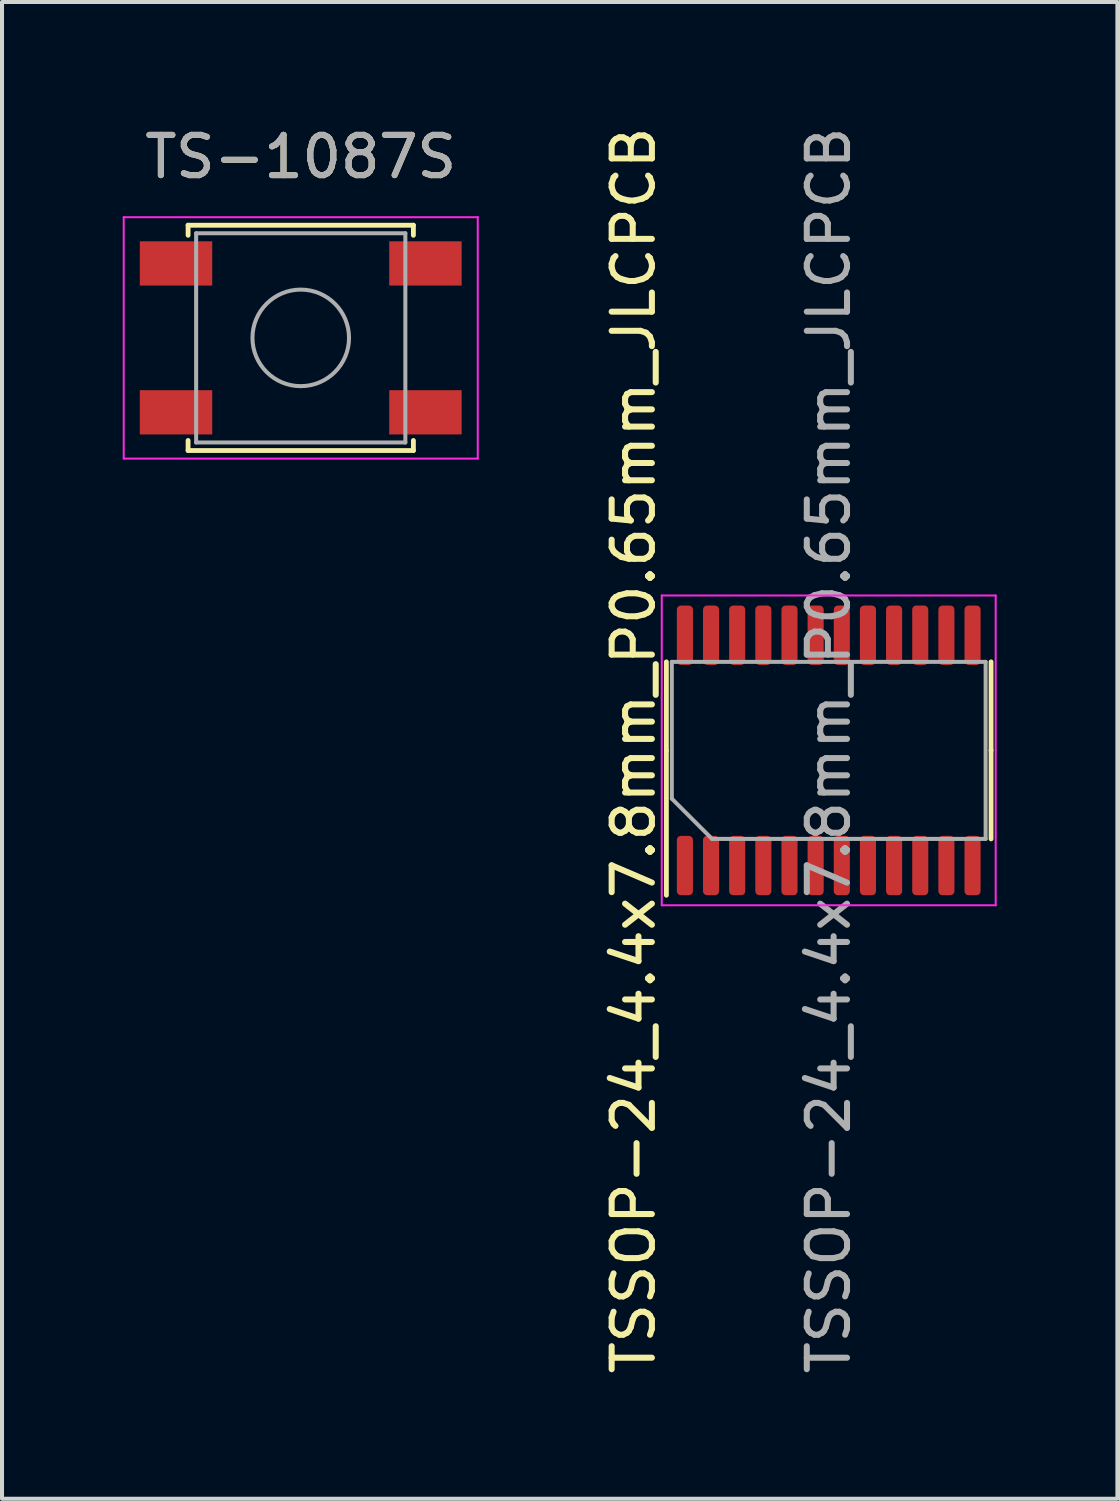
<source format=kicad_pcb>
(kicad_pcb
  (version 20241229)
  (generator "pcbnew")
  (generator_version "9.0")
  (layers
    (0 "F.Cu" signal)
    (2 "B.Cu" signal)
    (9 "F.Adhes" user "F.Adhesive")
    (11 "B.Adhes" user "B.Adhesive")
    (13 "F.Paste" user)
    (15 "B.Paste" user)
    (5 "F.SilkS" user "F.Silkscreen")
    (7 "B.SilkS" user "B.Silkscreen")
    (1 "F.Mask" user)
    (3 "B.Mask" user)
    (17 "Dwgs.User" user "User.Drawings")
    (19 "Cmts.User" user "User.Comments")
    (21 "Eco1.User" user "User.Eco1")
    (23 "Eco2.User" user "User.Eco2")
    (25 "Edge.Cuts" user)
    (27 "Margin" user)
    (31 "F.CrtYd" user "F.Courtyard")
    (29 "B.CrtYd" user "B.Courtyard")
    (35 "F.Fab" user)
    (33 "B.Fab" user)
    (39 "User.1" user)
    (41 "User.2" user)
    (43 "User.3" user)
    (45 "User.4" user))
  (footprint "TS-1087S"
    (layer "F.Cu")
    (at 4.425 5.348)
    (property "Reference" "TS-1087S" (at 0 -4.5 0) (layer "F.SilkS") (effects (font (size 1 1) (thickness 0.15))))
    (attr smd)
    (fp_line (start -2.8 -2.8) (end 2.8 -2.8) (stroke (width 0.12) (type solid)) (layer "F.SilkS"))
    (fp_line (start -2.8 -2.55) (end -2.8 -2.8) (stroke (width 0.12) (type solid)) (layer "F.SilkS"))
    (fp_line (start -2.8 2.8) (end -2.8 2.55) (stroke (width 0.12) (type solid)) (layer "F.SilkS"))
    (fp_line (start 2.8 -2.8) (end 2.8 -2.55) (stroke (width 0.12) (type solid)) (layer "F.SilkS"))
    (fp_line (start 2.8 2.55) (end 2.8 2.8) (stroke (width 0.12) (type solid)) (layer "F.SilkS"))
    (fp_line (start 2.8 2.8) (end -2.8 2.8) (stroke (width 0.12) (type solid)) (layer "F.SilkS"))
    (fp_line (start -4.4 -3) (end -4.4 3) (stroke (width 0.05) (type solid)) (layer "F.CrtYd"))
    (fp_line (start -4.4 3) (end 4.4 3) (stroke (width 0.05) (type solid)) (layer "F.CrtYd"))
    (fp_line (start 4.4 -3) (end -4.4 -3) (stroke (width 0.05) (type solid)) (layer "F.CrtYd"))
    (fp_line (start 4.4 3) (end 4.4 -3) (stroke (width 0.05) (type solid)) (layer "F.CrtYd"))
    (fp_line (start -2.6 -2.6) (end 2.6 -2.6) (stroke (width 0.1) (type solid)) (layer "F.Fab"))
    (fp_line (start -2.6 2.6) (end -2.6 -2.6) (stroke (width 0.1) (type solid)) (layer "F.Fab"))
    (fp_line (start 2.6 -2.6) (end 2.6 2.6) (stroke (width 0.1) (type solid)) (layer "F.Fab"))
    (fp_line (start 2.6 2.6) (end -2.6 2.6) (stroke (width 0.1) (type solid)) (layer "F.Fab"))
    (fp_circle (center 0 0) (end 1.2 0) (stroke (width 0.1) (type solid)) (fill no) (layer "F.Fab"))
    (fp_text user "${REFERENCE}" (at 0 -4.5 0) (layer "F.Fab") (effects (font (size 1 1) (thickness 0.15))))
    (pad "1" smd rect (at -3.1 -1.85) (size 1.8 1.1) (layers "F.Cu" "F.Mask" "F.Paste"))
    (pad "1" smd rect (at 3.1 -1.85) (size 1.8 1.1) (layers "F.Cu" "F.Mask" "F.Paste"))
    (pad "2" smd rect (at -3.1 1.85) (size 1.8 1.1) (layers "F.Cu" "F.Mask" "F.Paste"))
    (pad "2" smd rect (at 3.1 1.85) (size 1.8 1.1) (layers "F.Cu" "F.Mask" "F.Paste")))
  (footprint "TSSOP-24_4.4x7.8mm_P0.65mm_JLCPCB"
    (layer "F.Cu")
    (at 17.548 15.601)
    (property "Reference" "TSSOP-24_4.4x7.8mm_P0.65mm_JLCPCB" (at -4.85 0 90) (layer "F.SilkS") (effects (font (size 1 1) (thickness 0.15))))
    (attr smd)
    (fp_line (start -4.035 0) (end -4.035 -2.2) (stroke (width 0.12) (type solid)) (layer "F.SilkS"))
    (fp_line (start -4.035 0) (end -4.035 3.6) (stroke (width 0.12) (type solid)) (layer "F.SilkS"))
    (fp_line (start 4.035 0) (end 4.035 -2.2) (stroke (width 0.12) (type solid)) (layer "F.SilkS"))
    (fp_line (start 4.035 0) (end 4.035 2.2) (stroke (width 0.12) (type solid)) (layer "F.SilkS"))
    (fp_line (start -4.15 -3.85) (end -4.15 3.85) (stroke (width 0.05) (type solid)) (layer "F.CrtYd"))
    (fp_line (start -4.15 3.85) (end 4.15 3.85) (stroke (width 0.05) (type solid)) (layer "F.CrtYd"))
    (fp_line (start 4.15 -3.85) (end -4.15 -3.85) (stroke (width 0.05) (type solid)) (layer "F.CrtYd"))
    (fp_line (start 4.15 3.85) (end 4.15 -3.85) (stroke (width 0.05) (type solid)) (layer "F.CrtYd"))
    (fp_line (start -3.9 -2.2) (end 3.9 -2.2) (stroke (width 0.1) (type solid)) (layer "F.Fab"))
    (fp_line (start -3.9 1.2) (end -3.9 -2.2) (stroke (width 0.1) (type solid)) (layer "F.Fab"))
    (fp_line (start -2.9 2.2) (end -3.9 1.2) (stroke (width 0.1) (type solid)) (layer "F.Fab"))
    (fp_line (start 3.9 -2.2) (end 3.9 2.2) (stroke (width 0.1) (type solid)) (layer "F.Fab"))
    (fp_line (start 3.9 2.2) (end -2.9 2.2) (stroke (width 0.1) (type solid)) (layer "F.Fab"))
    (fp_text user "${REFERENCE}" (at 0 0 90) (layer "F.Fab") (effects (font (size 1 1) (thickness 0.15))))
    (pad "1" smd roundrect (at -3.575 2.862 90) (size 1.475 0.4) (layers "F.Cu" "F.Mask" "F.Paste") (roundrect_rratio 0.25))
    (pad "2" smd roundrect (at -2.925 2.862 90) (size 1.475 0.4) (layers "F.Cu" "F.Mask" "F.Paste") (roundrect_rratio 0.25))
    (pad "3" smd roundrect (at -2.275 2.862 90) (size 1.475 0.4) (layers "F.Cu" "F.Mask" "F.Paste") (roundrect_rratio 0.25))
    (pad "4" smd roundrect (at -1.625 2.862 90) (size 1.475 0.4) (layers "F.Cu" "F.Mask" "F.Paste") (roundrect_rratio 0.25))
    (pad "5" smd roundrect (at -0.975 2.862 90) (size 1.475 0.4) (layers "F.Cu" "F.Mask" "F.Paste") (roundrect_rratio 0.25))
    (pad "6" smd roundrect (at -0.325 2.862 90) (size 1.475 0.4) (layers "F.Cu" "F.Mask" "F.Paste") (roundrect_rratio 0.25))
    (pad "7" smd roundrect (at 0.325 2.862 90) (size 1.475 0.4) (layers "F.Cu" "F.Mask" "F.Paste") (roundrect_rratio 0.25))
    (pad "8" smd roundrect (at 0.975 2.862 90) (size 1.475 0.4) (layers "F.Cu" "F.Mask" "F.Paste") (roundrect_rratio 0.25))
    (pad "9" smd roundrect (at 1.625 2.862 90) (size 1.475 0.4) (layers "F.Cu" "F.Mask" "F.Paste") (roundrect_rratio 0.25))
    (pad "10" smd roundrect (at 2.275 2.862 90) (size 1.475 0.4) (layers "F.Cu" "F.Mask" "F.Paste") (roundrect_rratio 0.25))
    (pad "11" smd roundrect (at 2.925 2.862 90) (size 1.475 0.4) (layers "F.Cu" "F.Mask" "F.Paste") (roundrect_rratio 0.25))
    (pad "12" smd roundrect (at 3.575 2.862 90) (size 1.475 0.4) (layers "F.Cu" "F.Mask" "F.Paste") (roundrect_rratio 0.25))
    (pad "13" smd roundrect (at 3.575 -2.862 90) (size 1.475 0.4) (layers "F.Cu" "F.Mask" "F.Paste") (roundrect_rratio 0.25))
    (pad "14" smd roundrect (at 2.925 -2.862 90) (size 1.475 0.4) (layers "F.Cu" "F.Mask" "F.Paste") (roundrect_rratio 0.25))
    (pad "15" smd roundrect (at 2.275 -2.862 90) (size 1.475 0.4) (layers "F.Cu" "F.Mask" "F.Paste") (roundrect_rratio 0.25))
    (pad "16" smd roundrect (at 1.625 -2.862 90) (size 1.475 0.4) (layers "F.Cu" "F.Mask" "F.Paste") (roundrect_rratio 0.25))
    (pad "17" smd roundrect (at 0.975 -2.862 90) (size 1.475 0.4) (layers "F.Cu" "F.Mask" "F.Paste") (roundrect_rratio 0.25))
    (pad "18" smd roundrect (at 0.325 -2.862 90) (size 1.475 0.4) (layers "F.Cu" "F.Mask" "F.Paste") (roundrect_rratio 0.25))
    (pad "19" smd roundrect (at -0.325 -2.862 90) (size 1.475 0.4) (layers "F.Cu" "F.Mask" "F.Paste") (roundrect_rratio 0.25))
    (pad "20" smd roundrect (at -0.975 -2.862 90) (size 1.475 0.4) (layers "F.Cu" "F.Mask" "F.Paste") (roundrect_rratio 0.25))
    (pad "21" smd roundrect (at -1.625 -2.862 90) (size 1.475 0.4) (layers "F.Cu" "F.Mask" "F.Paste") (roundrect_rratio 0.25))
    (pad "22" smd roundrect (at -2.275 -2.862 90) (size 1.475 0.4) (layers "F.Cu" "F.Mask" "F.Paste") (roundrect_rratio 0.25))
    (pad "23" smd roundrect (at -2.925 -2.862 90) (size 1.475 0.4) (layers "F.Cu" "F.Mask" "F.Paste") (roundrect_rratio 0.25))
    (pad "24" smd roundrect (at -3.575 -2.862 90) (size 1.475 0.4) (layers "F.Cu" "F.Mask" "F.Paste") (roundrect_rratio 0.25)))
  (gr_rect
    (start -3 -3)
    (end 24.723 34.202)
    (stroke (width 0.1) (type default))
    (fill no)
    (layer "Edge.Cuts")))
</source>
